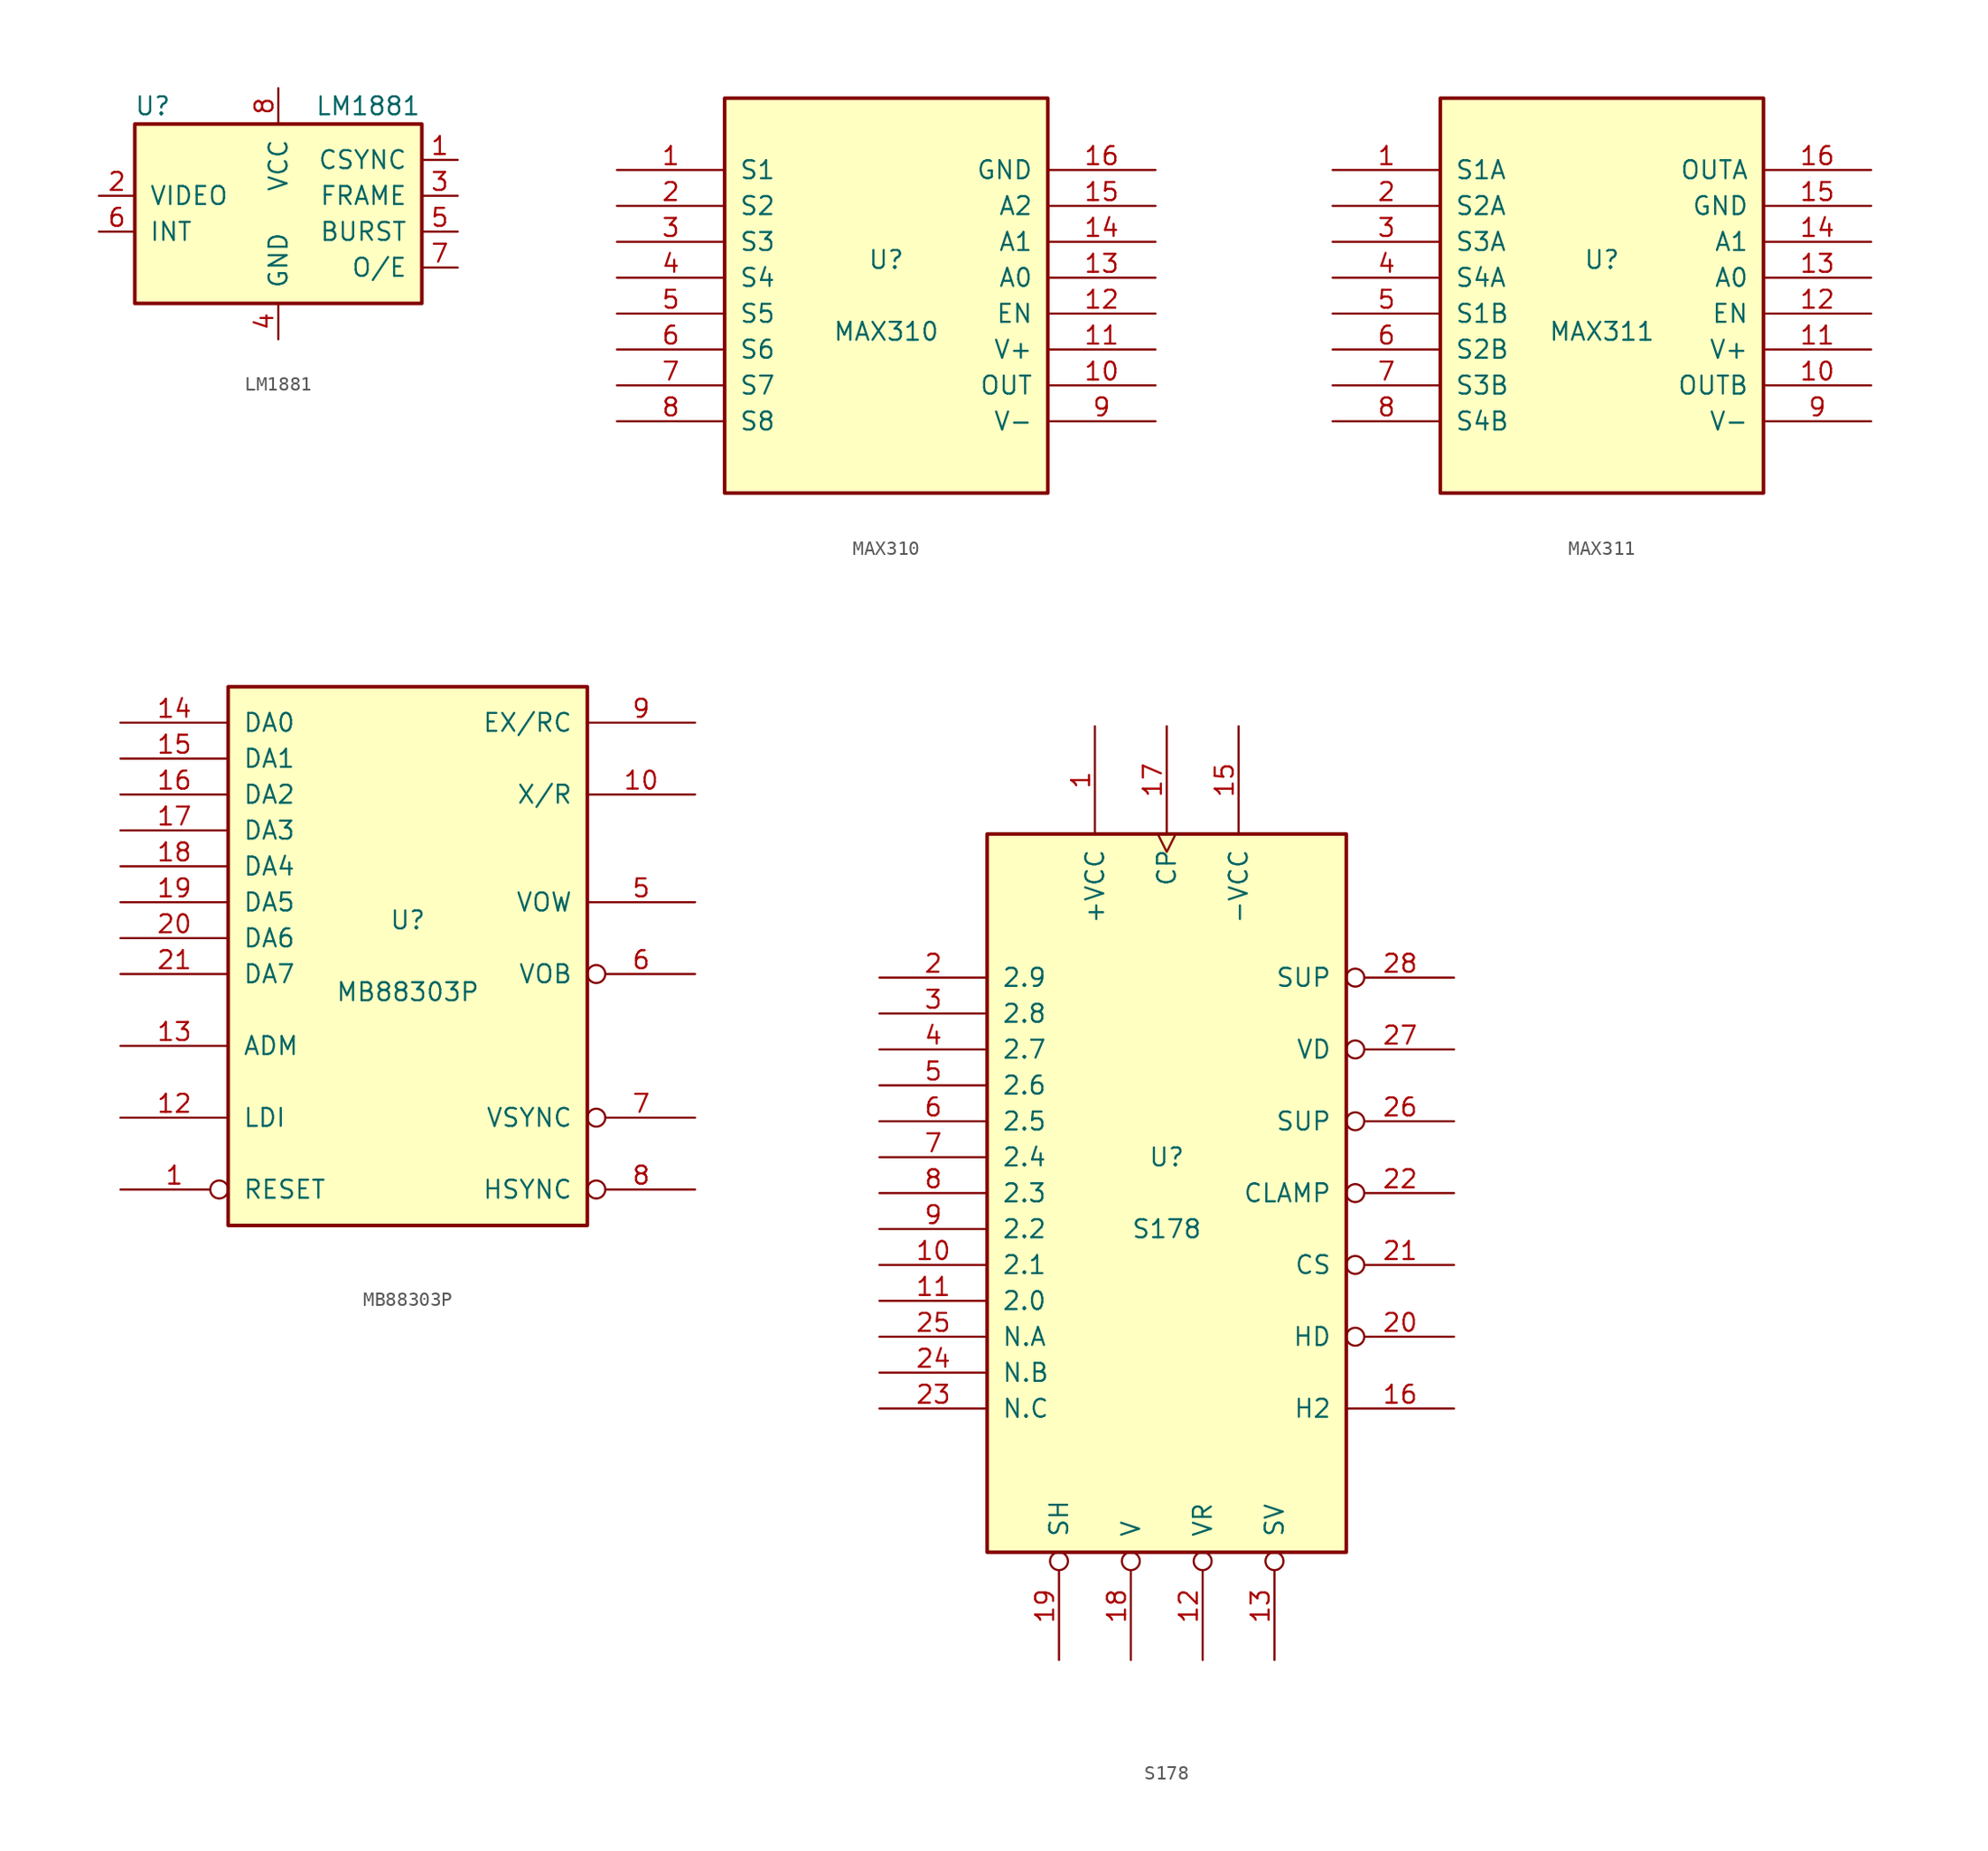
<source format=kicad_sym>
(kicad_symbol_lib
  (version 20210619)
  (generator kicad_symbol_editor)
  (symbol "Video:LM1881"
    (pin_names
      (offset 1.016))
    (property "Reference" "U"
      (at -8.89 8.89 0)
      (effects (font (size 1.27 1.27))))
    (property "Value" "LM1881"
      (at 6.35 8.89 0)
      (effects (font (size 1.27 1.27))))
    (symbol "LM1881_0_1"
      (rectangle (start -10.16 7.62) (end 10.16 -5.08) (stroke (width 0.254)) (fill (type background))))
    (symbol "LM1881_1_1"
      (pin output line (at 12.7 5.08 180) (length 2.54) (name "CSYNC" (effects (font (size 1.27 1.27)))) (number "1" (effects (font (size 1.27 1.27)))))
      (pin input line (at -12.7 2.54 0) (length 2.54) (name "VIDEO" (effects (font (size 1.27 1.27)))) (number "2" (effects (font (size 1.27 1.27)))))
      (pin output line (at 12.7 2.54 180) (length 2.54) (name "FRAME" (effects (font (size 1.27 1.27)))) (number "3" (effects (font (size 1.27 1.27)))))
      (pin power_in line (at 0 -7.62 90) (length 2.54) (name "GND" (effects (font (size 1.27 1.27)))) (number "4" (effects (font (size 1.27 1.27)))))
      (pin output line (at 12.7 0 180) (length 2.54) (name "BURST" (effects (font (size 1.27 1.27)))) (number "5" (effects (font (size 1.27 1.27)))))
      (pin input line (at -12.7 0 0) (length 2.54) (name "INT" (effects (font (size 1.27 1.27)))) (number "6" (effects (font (size 1.27 1.27)))))
      (pin output line (at 12.7 -2.54 180) (length 2.54) (name "O/E" (effects (font (size 1.27 1.27)))) (number "7" (effects (font (size 1.27 1.27)))))
      (pin power_in line (at 0 10.16 270) (length 2.54) (name "VCC" (effects (font (size 1.27 1.27)))) (number "8" (effects (font (size 1.27 1.27)))))))
  (symbol "Video:MAX310"
    (pin_names
      (offset 1.016))
    (property "Reference" "U"
      (at 0 2.54 0)
      (effects (font (size 1.27 1.27))))
    (property "Value" "MAX310"
      (at 0 -2.54 0)
      (effects (font (size 1.27 1.27))))
    (symbol "MAX310_0_1"
      (rectangle (start -11.43 -13.97) (end 11.43 13.97) (stroke (width 0.254)) (fill (type background))))
    (symbol "MAX310_1_1"
      (pin input line (at -19.05 8.89 0) (length 7.62) (name "S1" (effects (font (size 1.27 1.27)))) (number "1" (effects (font (size 1.27 1.27)))))
      (pin input line (at 19.05 -6.35 180) (length 7.62) (name "OUT" (effects (font (size 1.27 1.27)))) (number "10" (effects (font (size 1.27 1.27)))))
      (pin input line (at 19.05 -3.81 180) (length 7.62) (name "V+" (effects (font (size 1.27 1.27)))) (number "11" (effects (font (size 1.27 1.27)))))
      (pin input line (at 19.05 -1.27 180) (length 7.62) (name "EN" (effects (font (size 1.27 1.27)))) (number "12" (effects (font (size 1.27 1.27)))))
      (pin input line (at 19.05 1.27 180) (length 7.62) (name "A0" (effects (font (size 1.27 1.27)))) (number "13" (effects (font (size 1.27 1.27)))))
      (pin input line (at 19.05 3.81 180) (length 7.62) (name "A1" (effects (font (size 1.27 1.27)))) (number "14" (effects (font (size 1.27 1.27)))))
      (pin input line (at 19.05 6.35 180) (length 7.62) (name "A2" (effects (font (size 1.27 1.27)))) (number "15" (effects (font (size 1.27 1.27)))))
      (pin input line (at 19.05 8.89 180) (length 7.62) (name "GND" (effects (font (size 1.27 1.27)))) (number "16" (effects (font (size 1.27 1.27)))))
      (pin input line (at -19.05 6.35 0) (length 7.62) (name "S2" (effects (font (size 1.27 1.27)))) (number "2" (effects (font (size 1.27 1.27)))))
      (pin input line (at -19.05 3.81 0) (length 7.62) (name "S3" (effects (font (size 1.27 1.27)))) (number "3" (effects (font (size 1.27 1.27)))))
      (pin input line (at -19.05 1.27 0) (length 7.62) (name "S4" (effects (font (size 1.27 1.27)))) (number "4" (effects (font (size 1.27 1.27)))))
      (pin input line (at -19.05 -1.27 0) (length 7.62) (name "S5" (effects (font (size 1.27 1.27)))) (number "5" (effects (font (size 1.27 1.27)))))
      (pin input line (at -19.05 -3.81 0) (length 7.62) (name "S6" (effects (font (size 1.27 1.27)))) (number "6" (effects (font (size 1.27 1.27)))))
      (pin input line (at -19.05 -6.35 0) (length 7.62) (name "S7" (effects (font (size 1.27 1.27)))) (number "7" (effects (font (size 1.27 1.27)))))
      (pin input line (at -19.05 -8.89 0) (length 7.62) (name "S8" (effects (font (size 1.27 1.27)))) (number "8" (effects (font (size 1.27 1.27)))))
      (pin input line (at 19.05 -8.89 180) (length 7.62) (name "V-" (effects (font (size 1.27 1.27)))) (number "9" (effects (font (size 1.27 1.27)))))))
  (symbol "Video:MAX311"
    (pin_names
      (offset 1.016))
    (property "Reference" "U"
      (at 0 2.54 0)
      (effects (font (size 1.27 1.27))))
    (property "Value" "MAX311"
      (at 0 -2.54 0)
      (effects (font (size 1.27 1.27))))
    (symbol "MAX311_0_1"
      (rectangle (start -11.43 -13.97) (end 11.43 13.97) (stroke (width 0.254)) (fill (type background))))
    (symbol "MAX311_1_1"
      (pin input line (at -19.05 8.89 0) (length 7.62) (name "S1A" (effects (font (size 1.27 1.27)))) (number "1" (effects (font (size 1.27 1.27)))))
      (pin input line (at 19.05 -6.35 180) (length 7.62) (name "OUTB" (effects (font (size 1.27 1.27)))) (number "10" (effects (font (size 1.27 1.27)))))
      (pin input line (at 19.05 -3.81 180) (length 7.62) (name "V+" (effects (font (size 1.27 1.27)))) (number "11" (effects (font (size 1.27 1.27)))))
      (pin input line (at 19.05 -1.27 180) (length 7.62) (name "EN" (effects (font (size 1.27 1.27)))) (number "12" (effects (font (size 1.27 1.27)))))
      (pin input line (at 19.05 1.27 180) (length 7.62) (name "A0" (effects (font (size 1.27 1.27)))) (number "13" (effects (font (size 1.27 1.27)))))
      (pin input line (at 19.05 3.81 180) (length 7.62) (name "A1" (effects (font (size 1.27 1.27)))) (number "14" (effects (font (size 1.27 1.27)))))
      (pin input line (at 19.05 6.35 180) (length 7.62) (name "GND" (effects (font (size 1.27 1.27)))) (number "15" (effects (font (size 1.27 1.27)))))
      (pin output line (at 19.05 8.89 180) (length 7.62) (name "OUTA" (effects (font (size 1.27 1.27)))) (number "16" (effects (font (size 1.27 1.27)))))
      (pin input line (at -19.05 6.35 0) (length 7.62) (name "S2A" (effects (font (size 1.27 1.27)))) (number "2" (effects (font (size 1.27 1.27)))))
      (pin input line (at -19.05 3.81 0) (length 7.62) (name "S3A" (effects (font (size 1.27 1.27)))) (number "3" (effects (font (size 1.27 1.27)))))
      (pin input line (at -19.05 1.27 0) (length 7.62) (name "S4A" (effects (font (size 1.27 1.27)))) (number "4" (effects (font (size 1.27 1.27)))))
      (pin input line (at -19.05 -1.27 0) (length 7.62) (name "S1B" (effects (font (size 1.27 1.27)))) (number "5" (effects (font (size 1.27 1.27)))))
      (pin input line (at -19.05 -3.81 0) (length 7.62) (name "S2B" (effects (font (size 1.27 1.27)))) (number "6" (effects (font (size 1.27 1.27)))))
      (pin input line (at -19.05 -6.35 0) (length 7.62) (name "S3B" (effects (font (size 1.27 1.27)))) (number "7" (effects (font (size 1.27 1.27)))))
      (pin input line (at -19.05 -8.89 0) (length 7.62) (name "S4B" (effects (font (size 1.27 1.27)))) (number "8" (effects (font (size 1.27 1.27)))))
      (pin input line (at 19.05 -8.89 180) (length 7.62) (name "V-" (effects (font (size 1.27 1.27)))) (number "9" (effects (font (size 1.27 1.27)))))))
  (symbol "Video:MB88303P"
    (pin_names
      (offset 1.016))
    (property "Reference" "U"
      (at 0 2.54 0)
      (effects (font (size 1.27 1.27))))
    (property "Value" "MB88303P"
      (at 0 -2.54 0)
      (effects (font (size 1.27 1.27))))
    (symbol "MB88303P_0_1"
      (rectangle (start -12.7 -19.05) (end 12.7 19.05) (stroke (width 0.254)) (fill (type background))))
    (symbol "MB88303P_1_1"
      (pin input inverted (at -20.32 -16.51 0) (length 7.62) (name "RESET" (effects (font (size 1.27 1.27)))) (number "1" (effects (font (size 1.27 1.27)))))
      (pin output line (at 20.32 11.43 180) (length 7.62) (name "X/R" (effects (font (size 1.27 1.27)))) (number "10" (effects (font (size 1.27 1.27)))))
      (pin power_in line (at -12.7 -19.05 90) (length 0) hide (name "GND" (effects (font (size 1.27 1.27)))) (number "11" (effects (font (size 1.27 1.27)))))
      (pin input line (at -20.32 -11.43 0) (length 7.62) (name "LDI" (effects (font (size 1.27 1.27)))) (number "12" (effects (font (size 1.27 1.27)))))
      (pin input line (at -20.32 -6.35 0) (length 7.62) (name "ADM" (effects (font (size 1.27 1.27)))) (number "13" (effects (font (size 1.27 1.27)))))
      (pin input line (at -20.32 16.51 0) (length 7.62) (name "DA0" (effects (font (size 1.27 1.27)))) (number "14" (effects (font (size 1.27 1.27)))))
      (pin input line (at -20.32 13.97 0) (length 7.62) (name "DA1" (effects (font (size 1.27 1.27)))) (number "15" (effects (font (size 1.27 1.27)))))
      (pin input line (at -20.32 11.43 0) (length 7.62) (name "DA2" (effects (font (size 1.27 1.27)))) (number "16" (effects (font (size 1.27 1.27)))))
      (pin input line (at -20.32 8.89 0) (length 7.62) (name "DA3" (effects (font (size 1.27 1.27)))) (number "17" (effects (font (size 1.27 1.27)))))
      (pin input line (at -20.32 6.35 0) (length 7.62) (name "DA4" (effects (font (size 1.27 1.27)))) (number "18" (effects (font (size 1.27 1.27)))))
      (pin input line (at -20.32 3.81 0) (length 7.62) (name "DA5" (effects (font (size 1.27 1.27)))) (number "19" (effects (font (size 1.27 1.27)))))
      (pin input line (at -20.32 1.27 0) (length 7.62) (name "DA6" (effects (font (size 1.27 1.27)))) (number "20" (effects (font (size 1.27 1.27)))))
      (pin input line (at -20.32 -1.27 0) (length 7.62) (name "DA7" (effects (font (size 1.27 1.27)))) (number "21" (effects (font (size 1.27 1.27)))))
      (pin power_in line (at -12.7 19.05 90) (length 0) hide (name "VCC" (effects (font (size 1.27 1.27)))) (number "22" (effects (font (size 1.27 1.27)))))
      (pin output line (at 20.32 3.81 180) (length 7.62) (name "VOW" (effects (font (size 1.27 1.27)))) (number "5" (effects (font (size 1.27 1.27)))))
      (pin output inverted (at 20.32 -1.27 180) (length 7.62) (name "VOB" (effects (font (size 1.27 1.27)))) (number "6" (effects (font (size 1.27 1.27)))))
      (pin input inverted (at 20.32 -11.43 180) (length 7.62) (name "VSYNC" (effects (font (size 1.27 1.27)))) (number "7" (effects (font (size 1.27 1.27)))))
      (pin input inverted (at 20.32 -16.51 180) (length 7.62) (name "HSYNC" (effects (font (size 1.27 1.27)))) (number "8" (effects (font (size 1.27 1.27)))))
      (pin input line (at 20.32 16.51 180) (length 7.62) (name "EX/RC" (effects (font (size 1.27 1.27)))) (number "9" (effects (font (size 1.27 1.27)))))))
  (symbol "Video:S178"
    (pin_names
      (offset 1.016))
    (property "Reference" "U"
      (at 0 2.54 0)
      (effects (font (size 1.27 1.27))))
    (property "Value" "S178"
      (at 0 -2.54 0)
      (effects (font (size 1.27 1.27))))
    (symbol "S178_0_1"
      (rectangle (start -12.7 -25.4) (end 12.7 25.4) (stroke (width 0.254)) (fill (type background))))
    (symbol "S178_1_1"
      (pin input line (at -5.08 33.02 270) (length 7.62) (name "+VCC" (effects (font (size 1.27 1.27)))) (number "1" (effects (font (size 1.27 1.27)))))
      (pin input line (at -20.32 -5.08 0) (length 7.62) (name "2.1" (effects (font (size 1.27 1.27)))) (number "10" (effects (font (size 1.27 1.27)))))
      (pin input line (at -20.32 -7.62 0) (length 7.62) (name "2.0" (effects (font (size 1.27 1.27)))) (number "11" (effects (font (size 1.27 1.27)))))
      (pin input inverted (at 2.54 -33.02 90) (length 7.62) (name "VR" (effects (font (size 1.27 1.27)))) (number "12" (effects (font (size 1.27 1.27)))))
      (pin input inverted (at 7.62 -33.02 90) (length 7.62) (name "SV" (effects (font (size 1.27 1.27)))) (number "13" (effects (font (size 1.27 1.27)))))
      (pin input line (at 5.08 33.02 270) (length 7.62) (name "-VCC" (effects (font (size 1.27 1.27)))) (number "15" (effects (font (size 1.27 1.27)))))
      (pin output line (at 20.32 -15.24 180) (length 7.62) (name "H2" (effects (font (size 1.27 1.27)))) (number "16" (effects (font (size 1.27 1.27)))))
      (pin input clock (at 0 33.02 270) (length 7.62) (name "CP" (effects (font (size 1.27 1.27)))) (number "17" (effects (font (size 1.27 1.27)))))
      (pin input inverted (at -2.54 -33.02 90) (length 7.62) (name "V" (effects (font (size 1.27 1.27)))) (number "18" (effects (font (size 1.27 1.27)))))
      (pin input inverted (at -7.62 -33.02 90) (length 7.62) (name "SH" (effects (font (size 1.27 1.27)))) (number "19" (effects (font (size 1.27 1.27)))))
      (pin input line (at -20.32 15.24 0) (length 7.62) (name "2.9" (effects (font (size 1.27 1.27)))) (number "2" (effects (font (size 1.27 1.27)))))
      (pin output inverted (at 20.32 -10.16 180) (length 7.62) (name "HD" (effects (font (size 1.27 1.27)))) (number "20" (effects (font (size 1.27 1.27)))))
      (pin output inverted (at 20.32 -5.08 180) (length 7.62) (name "CS" (effects (font (size 1.27 1.27)))) (number "21" (effects (font (size 1.27 1.27)))))
      (pin output inverted (at 20.32 0 180) (length 7.62) (name "CLAMP" (effects (font (size 1.27 1.27)))) (number "22" (effects (font (size 1.27 1.27)))))
      (pin input line (at -20.32 -15.24 0) (length 7.62) (name "N.C" (effects (font (size 1.27 1.27)))) (number "23" (effects (font (size 1.27 1.27)))))
      (pin input line (at -20.32 -12.7 0) (length 7.62) (name "N.B" (effects (font (size 1.27 1.27)))) (number "24" (effects (font (size 1.27 1.27)))))
      (pin input line (at -20.32 -10.16 0) (length 7.62) (name "N.A" (effects (font (size 1.27 1.27)))) (number "25" (effects (font (size 1.27 1.27)))))
      (pin output inverted (at 20.32 5.08 180) (length 7.62) (name "SUP" (effects (font (size 1.27 1.27)))) (number "26" (effects (font (size 1.27 1.27)))))
      (pin output inverted (at 20.32 10.16 180) (length 7.62) (name "VD" (effects (font (size 1.27 1.27)))) (number "27" (effects (font (size 1.27 1.27)))))
      (pin output inverted (at 20.32 15.24 180) (length 7.62) (name "SUP" (effects (font (size 1.27 1.27)))) (number "28" (effects (font (size 1.27 1.27)))))
      (pin input line (at -20.32 12.7 0) (length 7.62) (name "2.8" (effects (font (size 1.27 1.27)))) (number "3" (effects (font (size 1.27 1.27)))))
      (pin input line (at -20.32 10.16 0) (length 7.62) (name "2.7" (effects (font (size 1.27 1.27)))) (number "4" (effects (font (size 1.27 1.27)))))
      (pin input line (at -20.32 7.62 0) (length 7.62) (name "2.6" (effects (font (size 1.27 1.27)))) (number "5" (effects (font (size 1.27 1.27)))))
      (pin input line (at -20.32 5.08 0) (length 7.62) (name "2.5" (effects (font (size 1.27 1.27)))) (number "6" (effects (font (size 1.27 1.27)))))
      (pin input line (at -20.32 2.54 0) (length 7.62) (name "2.4" (effects (font (size 1.27 1.27)))) (number "7" (effects (font (size 1.27 1.27)))))
      (pin input line (at -20.32 0 0) (length 7.62) (name "2.3" (effects (font (size 1.27 1.27)))) (number "8" (effects (font (size 1.27 1.27)))))
      (pin input line (at -20.32 -2.54 0) (length 7.62) (name "2.2" (effects (font (size 1.27 1.27)))) (number "9" (effects (font (size 1.27 1.27))))))))
</source>
